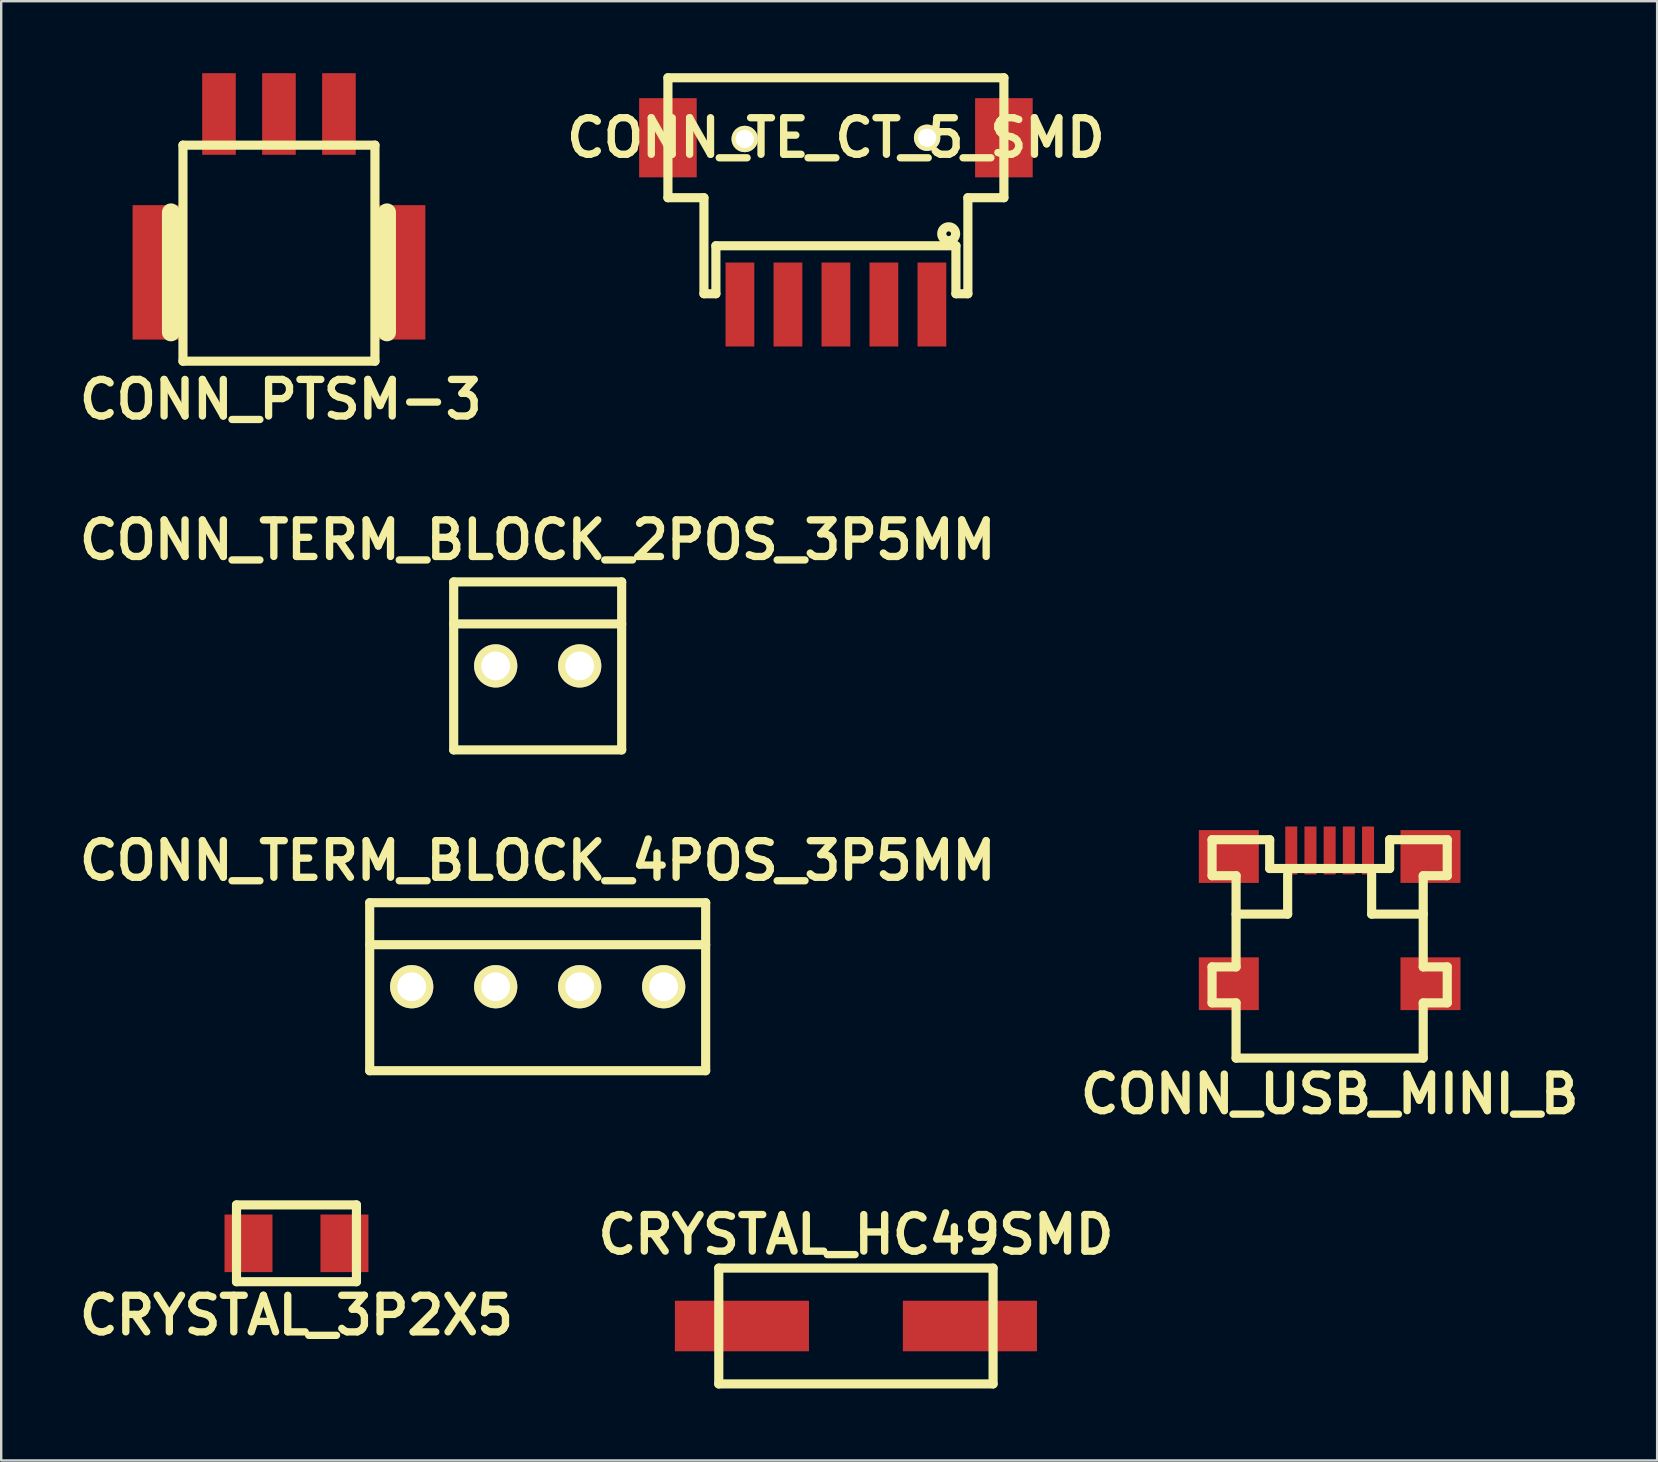
<source format=kicad_pcb>
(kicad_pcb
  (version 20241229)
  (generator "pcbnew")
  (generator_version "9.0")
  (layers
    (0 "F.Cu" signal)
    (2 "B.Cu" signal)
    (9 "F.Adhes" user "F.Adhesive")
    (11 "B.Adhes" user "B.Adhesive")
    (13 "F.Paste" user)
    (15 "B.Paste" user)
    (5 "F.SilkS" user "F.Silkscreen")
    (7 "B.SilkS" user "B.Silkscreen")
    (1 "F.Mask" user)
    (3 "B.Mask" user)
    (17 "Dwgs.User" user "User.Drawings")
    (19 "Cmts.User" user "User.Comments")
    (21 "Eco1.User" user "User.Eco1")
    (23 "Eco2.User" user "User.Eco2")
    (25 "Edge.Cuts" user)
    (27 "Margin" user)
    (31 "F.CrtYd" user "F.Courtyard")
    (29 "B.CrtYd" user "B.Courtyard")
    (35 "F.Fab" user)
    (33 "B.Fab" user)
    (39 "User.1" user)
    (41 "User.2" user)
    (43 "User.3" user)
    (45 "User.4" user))
  (footprint "CONN_TERM_BLOCK_4POS_3P5MM"
    (layer "F.Cu")
    (at 19.355 38.066)
    (property "Reference" "CONN_TERM_BLOCK_4POS_3P5MM" (at 0 -5.25 0) (layer "F.SilkS") (effects (font (size 1.524 1.524) (thickness 0.305))))
    (attr through_hole)
    (fp_line (start -7 -1.75) (end 7 -1.75) (stroke (width 0.381) (type solid)) (layer "F.SilkS"))
    (fp_line (start -7 3.5) (end -7 -3.5) (stroke (width 0.381) (type solid)) (layer "F.SilkS"))
    (fp_line (start -7 3.5) (end 7 3.5) (stroke (width 0.381) (type solid)) (layer "F.SilkS"))
    (fp_line (start 7 -3.5) (end -7 -3.5) (stroke (width 0.381) (type solid)) (layer "F.SilkS"))
    (fp_line (start 7 -3.5) (end 7 3.5) (stroke (width 0.381) (type solid)) (layer "F.SilkS"))
    (pad "1" thru_hole circle (at 5.25 0) (size 1.801 1.801) (drill 1.199) (layers "*.Cu" "*.Mask" "F.SilkS"))
    (pad "2" thru_hole circle (at 1.75 0) (size 1.801 1.801) (drill 1.199) (layers "*.Cu" "*.Mask" "F.SilkS"))
    (pad "3" thru_hole circle (at -1.75 0) (size 1.801 1.801) (drill 1.199) (layers "*.Cu" "*.Mask" "F.SilkS"))
    (pad "4" thru_hole circle (at -5.25 0) (size 1.801 1.801) (drill 1.199) (layers "*.Cu" "*.Mask" "F.SilkS")))
  (footprint "CRYSTAL_HC49SMD"
    (layer "F.Cu")
    (at 32.616 52.204)
    (property "Reference" "CRYSTAL_HC49SMD" (at 0 -3.81 0) (layer "F.SilkS") (effects (font (size 1.524 1.524) (thickness 0.305))))
    (attr through_hole)
    (fp_line (start -5.715 -2.413) (end 5.715 -2.413) (stroke (width 0.381) (type solid)) (layer "F.SilkS"))
    (fp_line (start -5.715 2.413) (end -5.715 -2.413) (stroke (width 0.381) (type solid)) (layer "F.SilkS"))
    (fp_line (start 5.715 -2.413) (end 5.715 2.413) (stroke (width 0.381) (type solid)) (layer "F.SilkS"))
    (fp_line (start 5.715 2.413) (end -5.715 2.413) (stroke (width 0.381) (type solid)) (layer "F.SilkS"))
    (pad "1" smd rect (at 4.75 0) (size 5.588 2.108) (layers "F.Cu" "F.Mask" "F.Paste"))
    (pad "2" smd rect (at -4.75 0) (size 5.588 2.108) (layers "F.Cu" "F.Mask" "F.Paste")))
  (footprint "CONN_USB_MINI_B"
    (layer "F.Cu")
    (at 52.356 41.04)
    (property "Reference" "CONN_USB_MINI_B" (at 0 1.501 0) (layer "F.SilkS") (effects (font (size 1.524 1.524) (thickness 0.305))))
    (attr through_hole)
    (fp_line (start -4.9 -9.101) (end -4.9 -7.6) (stroke (width 0.381) (type solid)) (layer "F.SilkS"))
    (fp_line (start -4.9 -7.6) (end -3.899 -7.6) (stroke (width 0.381) (type solid)) (layer "F.SilkS"))
    (fp_line (start -4.9 -3.8) (end -4.9 -2.301) (stroke (width 0.381) (type solid)) (layer "F.SilkS"))
    (fp_line (start -4.9 -2.301) (end -3.899 -2.301) (stroke (width 0.381) (type solid)) (layer "F.SilkS"))
    (fp_line (start -3.899 -7.6) (end -3.899 -3.8) (stroke (width 0.381) (type solid)) (layer "F.SilkS"))
    (fp_line (start -3.899 -3.8) (end -4.9 -3.8) (stroke (width 0.381) (type solid)) (layer "F.SilkS"))
    (fp_line (start -3.899 -2.301) (end -3.899 0) (stroke (width 0.381) (type solid)) (layer "F.SilkS"))
    (fp_line (start -3.899 0) (end 3.899 0) (stroke (width 0.381) (type solid)) (layer "F.SilkS"))
    (fp_line (start -2.499 -9.101) (end -4.9 -9.101) (stroke (width 0.381) (type solid)) (layer "F.SilkS"))
    (fp_line (start -2.499 -7.899) (end -2.499 -9.101) (stroke (width 0.381) (type solid)) (layer "F.SilkS"))
    (fp_line (start -1.75 -7.65) (end -1.75 -5.999) (stroke (width 0.381) (type solid)) (layer "F.SilkS"))
    (fp_line (start -1.75 -5.999) (end -3.899 -5.999) (stroke (width 0.381) (type solid)) (layer "F.SilkS"))
    (fp_line (start 1.75 -7.65) (end 1.75 -5.999) (stroke (width 0.381) (type solid)) (layer "F.SilkS"))
    (fp_line (start 1.75 -5.999) (end 3.899 -5.999) (stroke (width 0.381) (type solid)) (layer "F.SilkS"))
    (fp_line (start 2.499 -9.101) (end 2.499 -7.899) (stroke (width 0.381) (type solid)) (layer "F.SilkS"))
    (fp_line (start 2.499 -7.899) (end -2.499 -7.899) (stroke (width 0.381) (type solid)) (layer "F.SilkS"))
    (fp_line (start 3.899 -7.6) (end 4.9 -7.6) (stroke (width 0.381) (type solid)) (layer "F.SilkS"))
    (fp_line (start 3.899 -3.8) (end 3.899 -7.6) (stroke (width 0.381) (type solid)) (layer "F.SilkS"))
    (fp_line (start 3.899 -2.301) (end 4.9 -2.301) (stroke (width 0.381) (type solid)) (layer "F.SilkS"))
    (fp_line (start 3.899 0) (end 3.899 -2.301) (stroke (width 0.381) (type solid)) (layer "F.SilkS"))
    (fp_line (start 4.9 -9.101) (end 2.499 -9.101) (stroke (width 0.381) (type solid)) (layer "F.SilkS"))
    (fp_line (start 4.9 -7.6) (end 4.9 -9.101) (stroke (width 0.381) (type solid)) (layer "F.SilkS"))
    (fp_line (start 4.9 -3.8) (end 3.899 -3.8) (stroke (width 0.381) (type solid)) (layer "F.SilkS"))
    (fp_line (start 4.9 -2.301) (end 4.9 -3.8) (stroke (width 0.381) (type solid)) (layer "F.SilkS"))
    (pad "1" smd rect (at -1.6 -8.651) (size 0.5 1.999) (layers "F.Cu" "F.Mask" "F.Paste"))
    (pad "2" smd rect (at -0.8 -8.651) (size 0.5 1.999) (layers "F.Cu" "F.Mask" "F.Paste"))
    (pad "3" smd rect (at 0 -8.651) (size 0.5 1.999) (layers "F.Cu" "F.Mask" "F.Paste"))
    (pad "4" smd rect (at 0.8 -8.651) (size 0.5 1.999) (layers "F.Cu" "F.Mask" "F.Paste"))
    (pad "5" smd rect (at 1.6 -8.651) (size 0.5 1.999) (layers "F.Cu" "F.Mask" "F.Paste"))
    (pad "6" smd rect (at -4.201 -8.4 180) (size 2.499 2.2) (layers "F.Cu" "F.Mask" "F.Paste"))
    (pad "6" smd rect (at -4.201 -3.099) (size 2.499 2.2) (layers "F.Cu" "F.Mask" "F.Paste"))
    (pad "6" smd rect (at 4.201 -8.4) (size 2.499 2.2) (layers "F.Cu" "F.Mask" "F.Paste"))
    (pad "6" smd rect (at 4.201 -3.099) (size 2.499 2.2) (layers "F.Cu" "F.Mask" "F.Paste")))
  (footprint "CONN_TERM_BLOCK_2POS_3P5MM"
    (layer "F.Cu")
    (at 19.355 24.698)
    (property "Reference" "CONN_TERM_BLOCK_2POS_3P5MM" (at 0 -5.25 0) (layer "F.SilkS") (effects (font (size 1.524 1.524) (thickness 0.305))))
    (attr through_hole)
    (fp_line (start -3.5 -3.5) (end 3.5 -3.5) (stroke (width 0.381) (type solid)) (layer "F.SilkS"))
    (fp_line (start -3.5 -1.75) (end 3.5 -1.75) (stroke (width 0.381) (type solid)) (layer "F.SilkS"))
    (fp_line (start -3.5 3.5) (end -3.5 -3.5) (stroke (width 0.381) (type solid)) (layer "F.SilkS"))
    (fp_line (start 3.5 -3.5) (end 3.5 3.5) (stroke (width 0.381) (type solid)) (layer "F.SilkS"))
    (fp_line (start 3.5 3.5) (end -3.5 3.5) (stroke (width 0.381) (type solid)) (layer "F.SilkS"))
    (pad "1" thru_hole circle (at 1.75 0) (size 1.801 1.801) (drill 1.199) (layers "*.Cu" "*.Mask" "F.SilkS"))
    (pad "2" thru_hole circle (at -1.75 0) (size 1.801 1.801) (drill 1.199) (layers "*.Cu" "*.Mask" "F.SilkS")))
  (footprint "CRYSTAL_3P2X5"
    (layer "F.Cu")
    (at 9.304 48.758)
    (property "Reference" "CRYSTAL_3P2X5" (at 0 3 0) (layer "F.SilkS") (effects (font (size 1.524 1.524) (thickness 0.305))))
    (attr through_hole)
    (fp_line (start -2.499 -1.6) (end -2.499 1.6) (stroke (width 0.381) (type solid)) (layer "F.SilkS"))
    (fp_line (start -2.499 1.6) (end 2.499 1.6) (stroke (width 0.381) (type solid)) (layer "F.SilkS"))
    (fp_line (start 2.499 -1.6) (end -2.499 -1.6) (stroke (width 0.381) (type solid)) (layer "F.SilkS"))
    (fp_line (start 2.499 1.6) (end 2.499 -1.6) (stroke (width 0.381) (type solid)) (layer "F.SilkS"))
    (pad "1" smd rect (at 1.999 0) (size 1.999 2.4) (layers "F.Cu" "F.Mask" "F.Paste"))
    (pad "2" smd rect (at -1.999 0) (size 1.999 2.4) (layers "F.Cu" "F.Mask" "F.Paste")))
  (footprint "CONN_PTSM-3"
    (layer "F.Cu")
    (at 8.574 8.299)
    (property "Reference" "CONN_PTSM-3" (at 0.076 5.296 0) (layer "F.SilkS") (effects (font (size 1.524 1.524) (thickness 0.305))))
    (attr through_hole)
    (fp_line (start -4.501 -2.499) (end -4.501 2.499) (stroke (width 0.749) (type solid)) (layer "F.SilkS"))
    (fp_line (start -4 -5.301) (end -4 3.701) (stroke (width 0.381) (type solid)) (layer "F.SilkS"))
    (fp_line (start -4 -5.301) (end 4 -5.301) (stroke (width 0.381) (type solid)) (layer "F.SilkS"))
    (fp_line (start 4 -5.301) (end 4 3.701) (stroke (width 0.381) (type solid)) (layer "F.SilkS"))
    (fp_line (start 4 3.701) (end -4 3.701) (stroke (width 0.381) (type solid)) (layer "F.SilkS"))
    (fp_line (start 4.501 -2.499) (end 4.501 2.499) (stroke (width 0.749) (type solid)) (layer "F.SilkS"))
    (pad "" smd rect (at -5.1 0) (size 1.999 5.601) (layers "F.Cu" "F.Mask" "F.Paste"))
    (pad "" smd rect (at 5.1 0) (size 1.999 5.601) (layers "F.Cu" "F.Mask" "F.Paste"))
    (pad "1" smd rect (at 2.499 -6.599) (size 1.4 3.401) (layers "F.Cu" "F.Mask" "F.Paste"))
    (pad "2" smd rect (at 0 -6.599) (size 1.4 3.401) (layers "F.Cu" "F.Mask" "F.Paste"))
    (pad "3" smd rect (at -2.499 -6.599) (size 1.4 3.401) (layers "F.Cu" "F.Mask" "F.Paste")))
  (footprint "CONN_TE_CT_5_SMD"
    (layer "F.Cu")
    (at 31.782 2.69)
    (property "Reference" "CONN_TE_CT_5_SMD" (at 0 0 0) (layer "F.SilkS") (effects (font (size 1.524 1.524) (thickness 0.305))))
    (attr through_hole)
    (fp_line (start -7 -2.499) (end 7 -2.499) (stroke (width 0.381) (type solid)) (layer "F.SilkS"))
    (fp_line (start -7 2.499) (end -7 -2.499) (stroke (width 0.381) (type solid)) (layer "F.SilkS"))
    (fp_line (start -5.499 2.499) (end -7 2.499) (stroke (width 0.381) (type solid)) (layer "F.SilkS"))
    (fp_line (start -5.499 6.5) (end -5.499 2.499) (stroke (width 0.381) (type solid)) (layer "F.SilkS"))
    (fp_line (start -5.001 4.501) (end -5.001 6.5) (stroke (width 0.381) (type solid)) (layer "F.SilkS"))
    (fp_line (start -5.001 6.5) (end -5.499 6.5) (stroke (width 0.381) (type solid)) (layer "F.SilkS"))
    (fp_line (start 5.001 4.501) (end -5.001 4.501) (stroke (width 0.381) (type solid)) (layer "F.SilkS"))
    (fp_line (start 5.001 6.5) (end 5.001 4.501) (stroke (width 0.381) (type solid)) (layer "F.SilkS"))
    (fp_line (start 5.499 2.499) (end 5.499 6.5) (stroke (width 0.381) (type solid)) (layer "F.SilkS"))
    (fp_line (start 5.499 6.5) (end 5.001 6.5) (stroke (width 0.381) (type solid)) (layer "F.SilkS"))
    (fp_line (start 7 -2.499) (end 7 2.499) (stroke (width 0.381) (type solid)) (layer "F.SilkS"))
    (fp_line (start 7 2.499) (end 5.499 2.499) (stroke (width 0.381) (type solid)) (layer "F.SilkS"))
    (fp_circle (center 4.699 4) (end 4.6 4) (stroke (width 0.381) (type solid)) (fill no) (layer "F.SilkS"))
    (pad "" smd rect (at -7 0) (size 2.4 3.299) (layers "F.Cu" "F.Mask" "F.Paste"))
    (pad "" np_thru_hole circle (at -3.8 0.051) (size 1.1 1.1) (drill 0.762) (layers "*.Cu" "*.Mask" "F.SilkS"))
    (pad "" np_thru_hole circle (at 3.8 0) (size 1.1 1.1) (drill 0.762) (layers "*.Cu" "*.Mask" "F.SilkS"))
    (pad "" smd rect (at 7 0) (size 2.4 3.299) (layers "F.Cu" "F.Mask" "F.Paste"))
    (pad "1" smd rect (at 4 6.949) (size 1.199 3.5) (layers "F.Cu" "F.Mask" "F.Paste"))
    (pad "2" smd rect (at 1.999 6.949) (size 1.199 3.5) (layers "F.Cu" "F.Mask" "F.Paste"))
    (pad "3" smd rect (at 0 6.949) (size 1.199 3.5) (layers "F.Cu" "F.Mask" "F.Paste"))
    (pad "4" smd rect (at -1.999 6.949) (size 1.199 3.5) (layers "F.Cu" "F.Mask" "F.Paste"))
    (pad "5" smd rect (at -4 6.949) (size 1.199 3.5) (layers "F.Cu" "F.Mask" "F.Paste")))
  (gr_rect
    (start -3 -3)
    (end 66.002 57.807)
    (stroke (width 0.1) (type default))
    (fill no)
    (layer "Edge.Cuts")))
</source>
